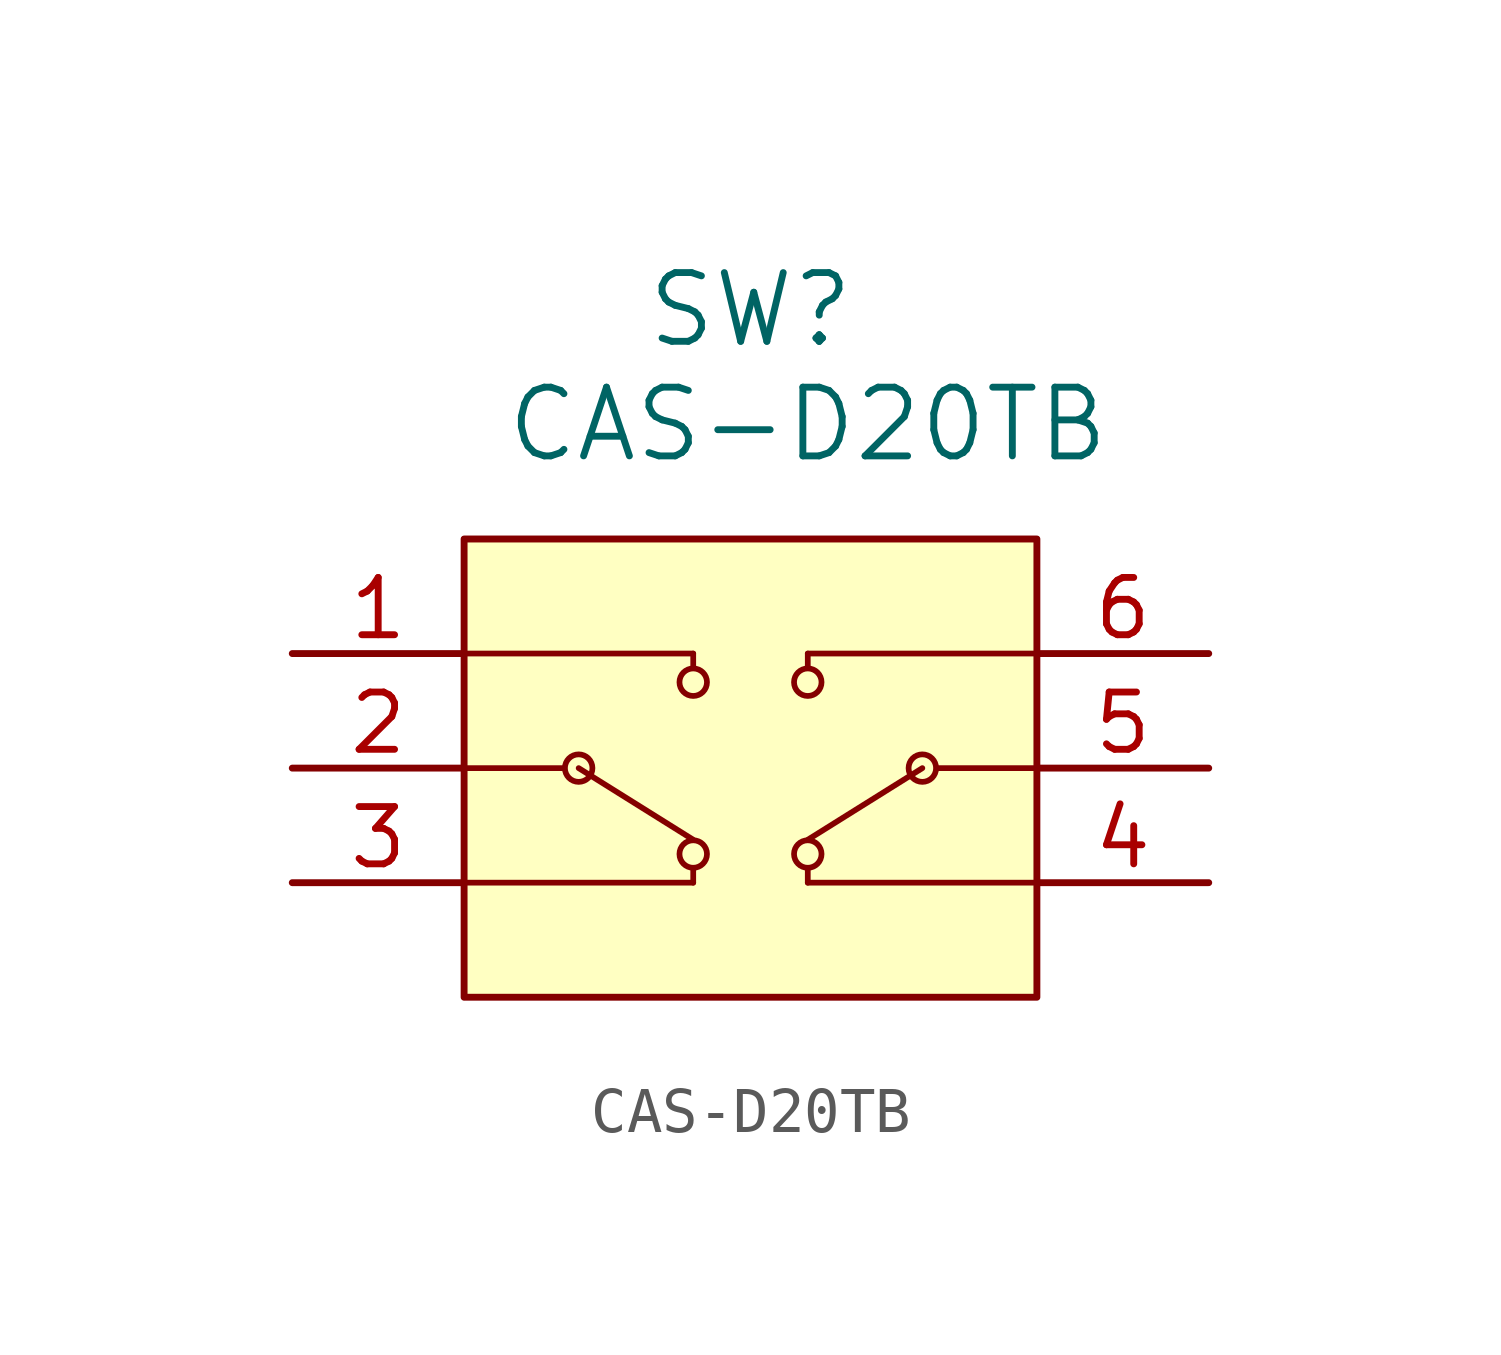
<source format=kicad_sym>
(kicad_symbol_lib
  (version 20231120)
  (generator "kicad_symbol_editor")
  (generator_version "8.0")
  (symbol "CAS-D20TB"
    (pin_names
      (offset 0.254) hide)
    (property "Reference" "SW"
      (at 13.97 7.62 0)
      (effects (font (size 1.524 1.524))))
    (property "Value" "CAS-D20TB"
      (at 15.24 5.08 0)
      (effects (font (size 1.524 1.524))))
    (symbol "CAS-D20TB_0_1"
      (polyline (pts (xy 7.62 -5.08) (xy 12.7 -5.08)) (stroke (width 0.127) (type default)) (fill (type none)))
      (polyline (pts (xy 7.62 -2.54) (xy 9.842 -2.54)) (stroke (width 0.127) (type default)) (fill (type none)))
      (polyline (pts (xy 7.62 0) (xy 12.7 0)) (stroke (width 0.127) (type default)) (fill (type none)))
      (polyline (pts (xy 7.62 2.54) (xy 7.62 -7.62)) (stroke (width 0.127) (type default)) (fill (type none)))
      (polyline (pts (xy 10.16 -2.54) (xy 12.7 -4.128)) (stroke (width 0.127) (type default)) (fill (type none)))
      (polyline (pts (xy 12.7 -4.75) (xy 12.7 -5.08)) (stroke (width 0.127) (type default)) (fill (type none)))
      (polyline (pts (xy 12.7 0) (xy 12.7 -0.318)) (stroke (width 0.127) (type default)) (fill (type none)))
      (polyline (pts (xy 15.24 -4.75) (xy 15.24 -5.08)) (stroke (width 0.127) (type default)) (fill (type none)))
      (polyline (pts (xy 15.24 0) (xy 15.24 -0.318)) (stroke (width 0.127) (type default)) (fill (type none)))
      (polyline (pts (xy 17.78 -2.54) (xy 15.24 -4.128)) (stroke (width 0.127) (type default)) (fill (type none)))
      (polyline (pts (xy 20.32 -5.08) (xy 15.24 -5.08)) (stroke (width 0.127) (type default)) (fill (type none)))
      (polyline (pts (xy 20.32 -2.54) (xy 18.098 -2.54)) (stroke (width 0.127) (type default)) (fill (type none)))
      (polyline (pts (xy 20.32 0) (xy 15.24 0)) (stroke (width 0.127) (type default)) (fill (type none)))
      (polyline (pts (xy 20.32 2.54) (xy 7.62 2.54)) (stroke (width 0.127) (type default)) (fill (type none)))
      (circle (center 10.16 -2.54) (radius 0.305) (stroke (width 0.127) (type default)) (fill (type none)))
      (circle (center 12.7 -4.445) (radius 0.305) (stroke (width 0.127) (type default)) (fill (type none)))
      (circle (center 12.7 -0.635) (radius 0.305) (stroke (width 0.127) (type default)) (fill (type none)))
      (circle (center 15.24 -4.445) (radius 0.305) (stroke (width 0.127) (type default)) (fill (type none)))
      (circle (center 15.24 -0.635) (radius 0.305) (stroke (width 0.127) (type default)) (fill (type none)))
      (circle (center 17.78 -2.54) (radius 0.305) (stroke (width 0.127) (type default)) (fill (type none)))
      (pin unspecified line (at 3.81 0 0) (length 3.81) (name "1" (effects (font (size 1.27 1.27)))) (number "1" (effects (font (size 1.27 1.27)))))
      (pin unspecified line (at 3.81 -2.54 0) (length 3.81) (name "2" (effects (font (size 1.27 1.27)))) (number "2" (effects (font (size 1.27 1.27)))))
      (pin unspecified line (at 3.81 -5.08 0) (length 3.81) (name "3" (effects (font (size 1.27 1.27)))) (number "3" (effects (font (size 1.27 1.27)))))
      (pin unspecified line (at 24.13 -5.08 180) (length 3.81) (name "4" (effects (font (size 1.27 1.27)))) (number "4" (effects (font (size 1.27 1.27)))))
      (pin unspecified line (at 24.13 -2.54 180) (length 3.81) (name "5" (effects (font (size 1.27 1.27)))) (number "5" (effects (font (size 1.27 1.27)))))
      (pin unspecified line (at 24.13 0 180) (length 3.81) (name "6" (effects (font (size 1.27 1.27)))) (number "6" (effects (font (size 1.27 1.27))))))
    (symbol "CAS-D20TB_1_1"
      (rectangle (start 7.62 2.54) (end 20.32 -7.62) (stroke (width 0) (type default)) (fill (type background))))))
</source>
